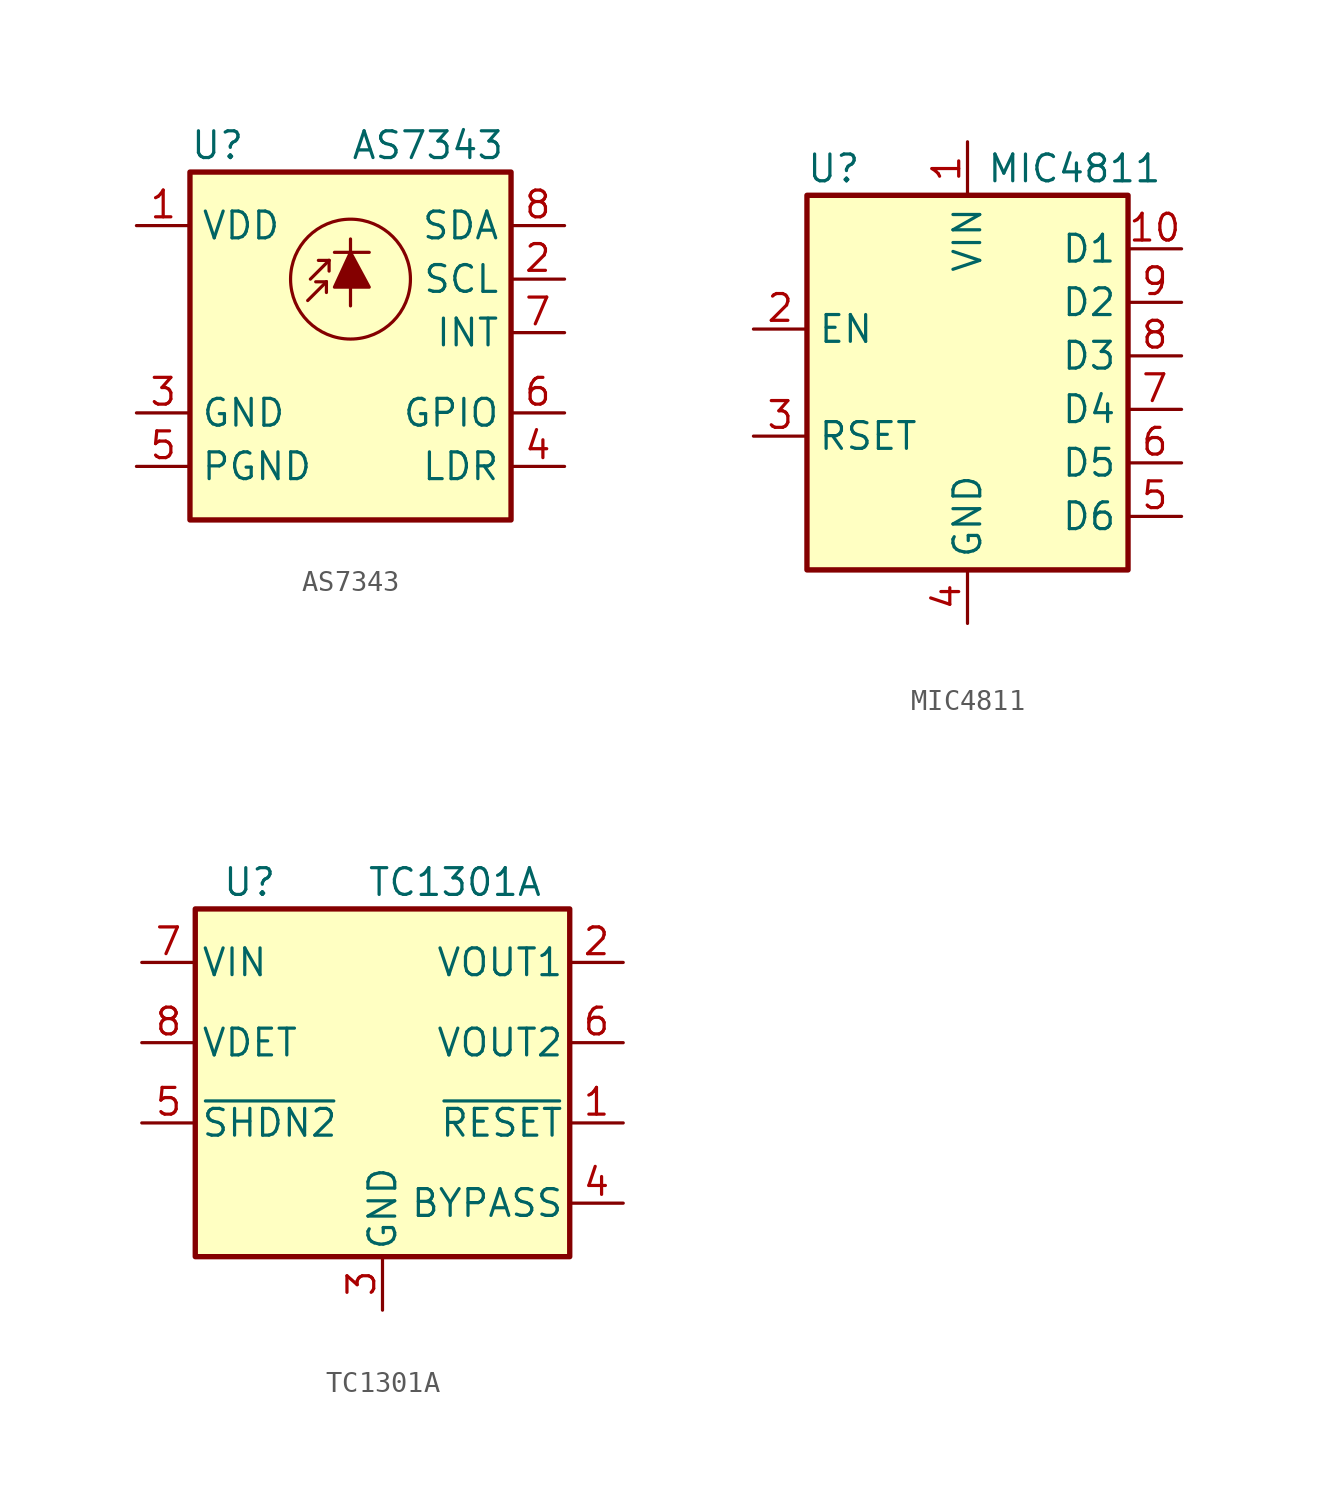
<source format=kicad_sym>
(kicad_symbol_lib
  (version 20211014)
  (generator kicad_symbol_editor)
  (symbol "AS7343"
    (property "Reference" "U"
      (at -7.62 8.89 0)
      (effects (font (size 1.27 1.27)) (justify left)))
    (property "Value" "AS7343"
      (at 0 8.89 0)
      (effects (font (size 1.27 1.27)) (justify left)))
    (symbol "AS7343_0_1"
      (rectangle (start -7.62 7.62) (end 7.62 -8.89) (stroke (width 0.254) (type default) (color 0 0 0 0)) (fill (type background)))
      (polyline (pts (xy 0 4.445) (xy 0 1.27)) (stroke (width 0) (type default) (color 0 0 0 0)) (fill (type none)))
      (circle (center 0 2.54) (radius 2.845) (stroke (width 0) (type default) (color 0 0 0 0)) (fill (type none))))
    (symbol "AS7343_1_1"
      (polyline (pts (xy -1.143 2.413) (xy -2.032 1.524)) (stroke (width 0) (type default) (color 0 0 0 0)) (fill (type none)))
      (polyline (pts (xy -1.143 2.413) (xy -1.651 2.413)) (stroke (width 0) (type default) (color 0 0 0 0)) (fill (type none)))
      (polyline (pts (xy -1.143 2.413) (xy -1.143 1.905)) (stroke (width 0) (type default) (color 0 0 0 0)) (fill (type none)))
      (polyline (pts (xy -1.016 3.429) (xy -1.905 2.54)) (stroke (width 0) (type default) (color 0 0 0 0)) (fill (type none)))
      (polyline (pts (xy -1.016 3.429) (xy -1.524 3.429)) (stroke (width 0) (type default) (color 0 0 0 0)) (fill (type none)))
      (polyline (pts (xy -1.016 3.429) (xy -1.016 2.921)) (stroke (width 0) (type default) (color 0 0 0 0)) (fill (type none)))
      (polyline (pts (xy -0.762 3.81) (xy 0.889 3.81)) (stroke (width 0) (type default) (color 0 0 0 0)) (fill (type none)))
      (polyline (pts (xy -0.762 2.159) (xy 0.889 2.159) (xy 0 3.81) (xy -0.762 2.159)) (stroke (width 0) (type default) (color 0 0 0 0)) (fill (type outline)))
      (pin power_in line (at -10.16 5.08 0) (length 2.54) (name "VDD" (effects (font (size 1.27 1.27)))) (number "1" (effects (font (size 1.27 1.27)))))
      (pin input line (at 10.16 2.54 180) (length 2.54) (name "SCL" (effects (font (size 1.27 1.27)))) (number "2" (effects (font (size 1.27 1.27)))))
      (pin power_in line (at -10.16 -3.81 0) (length 2.54) (name "GND" (effects (font (size 1.27 1.27)))) (number "3" (effects (font (size 1.27 1.27)))))
      (pin open_collector line (at 10.16 -6.35 180) (length 2.54) (name "LDR" (effects (font (size 1.27 1.27)))) (number "4" (effects (font (size 1.27 1.27)))))
      (pin power_in line (at -10.16 -6.35 0) (length 2.54) (name "PGND" (effects (font (size 1.27 1.27)))) (number "5" (effects (font (size 1.27 1.27)))))
      (pin bidirectional line (at 10.16 -3.81 180) (length 2.54) (name "GPIO" (effects (font (size 1.27 1.27)))) (number "6" (effects (font (size 1.27 1.27)))))
      (pin open_collector line (at 10.16 0 180) (length 2.54) (name "INT" (effects (font (size 1.27 1.27)))) (number "7" (effects (font (size 1.27 1.27)))))
      (pin bidirectional line (at 10.16 5.08 180) (length 2.54) (name "SDA" (effects (font (size 1.27 1.27)))) (number "8" (effects (font (size 1.27 1.27)))))))
  (symbol "MIC4811"
    (property "Reference" "U"
      (at -6.35 10.16 0)
      (effects (font (size 1.27 1.27))))
    (property "Value" "MIC4811"
      (at 5.08 10.16 0)
      (effects (font (size 1.27 1.27))))
    (symbol "MIC4811_1_1"
      (rectangle (start -7.62 8.89) (end 7.62 -8.89) (stroke (width 0.254) (type default) (color 0 0 0 0)) (fill (type background)))
      (pin power_in line (at 0 11.43 270) (length 2.54) (name "VIN" (effects (font (size 1.27 1.27)))) (number "1" (effects (font (size 1.27 1.27)))))
      (pin open_collector line (at 10.16 6.35 180) (length 2.54) (name "D1" (effects (font (size 1.27 1.27)))) (number "10" (effects (font (size 1.27 1.27)))))
      (pin input line (at -10.16 2.54 0) (length 2.54) (name "EN" (effects (font (size 1.27 1.27)))) (number "2" (effects (font (size 1.27 1.27)))))
      (pin passive line (at -10.16 -2.54 0) (length 2.54) (name "RSET" (effects (font (size 1.27 1.27)))) (number "3" (effects (font (size 1.27 1.27)))))
      (pin power_in line (at 0 -11.43 90) (length 2.54) (name "GND" (effects (font (size 1.27 1.27)))) (number "4" (effects (font (size 1.27 1.27)))))
      (pin open_collector line (at 10.16 -6.35 180) (length 2.54) (name "D6" (effects (font (size 1.27 1.27)))) (number "5" (effects (font (size 1.27 1.27)))))
      (pin open_collector line (at 10.16 -3.81 180) (length 2.54) (name "D5" (effects (font (size 1.27 1.27)))) (number "6" (effects (font (size 1.27 1.27)))))
      (pin open_collector line (at 10.16 -1.27 180) (length 2.54) (name "D4" (effects (font (size 1.27 1.27)))) (number "7" (effects (font (size 1.27 1.27)))))
      (pin open_collector line (at 10.16 1.27 180) (length 2.54) (name "D3" (effects (font (size 1.27 1.27)))) (number "8" (effects (font (size 1.27 1.27)))))
      (pin open_collector line (at 10.16 3.81 180) (length 2.54) (name "D2" (effects (font (size 1.27 1.27)))) (number "9" (effects (font (size 1.27 1.27)))))))
  (symbol "TC1301A"
    (pin_names
      (offset 0.254))
    (property "Reference" "U"
      (at -7.62 8.89 0)
      (effects (font (size 1.27 1.27)) (justify left)))
    (property "Value" "TC1301A"
      (at 7.62 8.89 0)
      (effects (font (size 1.27 1.27)) (justify right)))
    (symbol "TC1301A_0_1"
      (rectangle (start -8.89 7.62) (end 8.89 -8.89) (stroke (width 0.254) (type default) (color 0 0 0 0)) (fill (type background))))
    (symbol "TC1301A_1_1"
      (pin output line (at 11.43 -2.54 180) (length 2.54) (name "~{RESET}" (effects (font (size 1.27 1.27)))) (number "1" (effects (font (size 1.27 1.27)))))
      (pin power_out line (at 11.43 5.08 180) (length 2.54) (name "VOUT1" (effects (font (size 1.27 1.27)))) (number "2" (effects (font (size 1.27 1.27)))))
      (pin power_in line (at 0 -11.43 90) (length 2.54) (name "GND" (effects (font (size 1.27 1.27)))) (number "3" (effects (font (size 1.27 1.27)))))
      (pin input line (at 11.43 -6.35 180) (length 2.54) (name "BYPASS" (effects (font (size 1.27 1.27)))) (number "4" (effects (font (size 1.27 1.27)))))
      (pin input line (at -11.43 -2.54 0) (length 2.54) (name "~{SHDN2}" (effects (font (size 1.27 1.27)))) (number "5" (effects (font (size 1.27 1.27)))))
      (pin power_out line (at 11.43 1.27 180) (length 2.54) (name "VOUT2" (effects (font (size 1.27 1.27)))) (number "6" (effects (font (size 1.27 1.27)))))
      (pin power_in line (at -11.43 5.08 0) (length 2.54) (name "VIN" (effects (font (size 1.27 1.27)))) (number "7" (effects (font (size 1.27 1.27)))))
      (pin input line (at -11.43 1.27 0) (length 2.54) (name "VDET" (effects (font (size 1.27 1.27)))) (number "8" (effects (font (size 1.27 1.27))))))))
</source>
